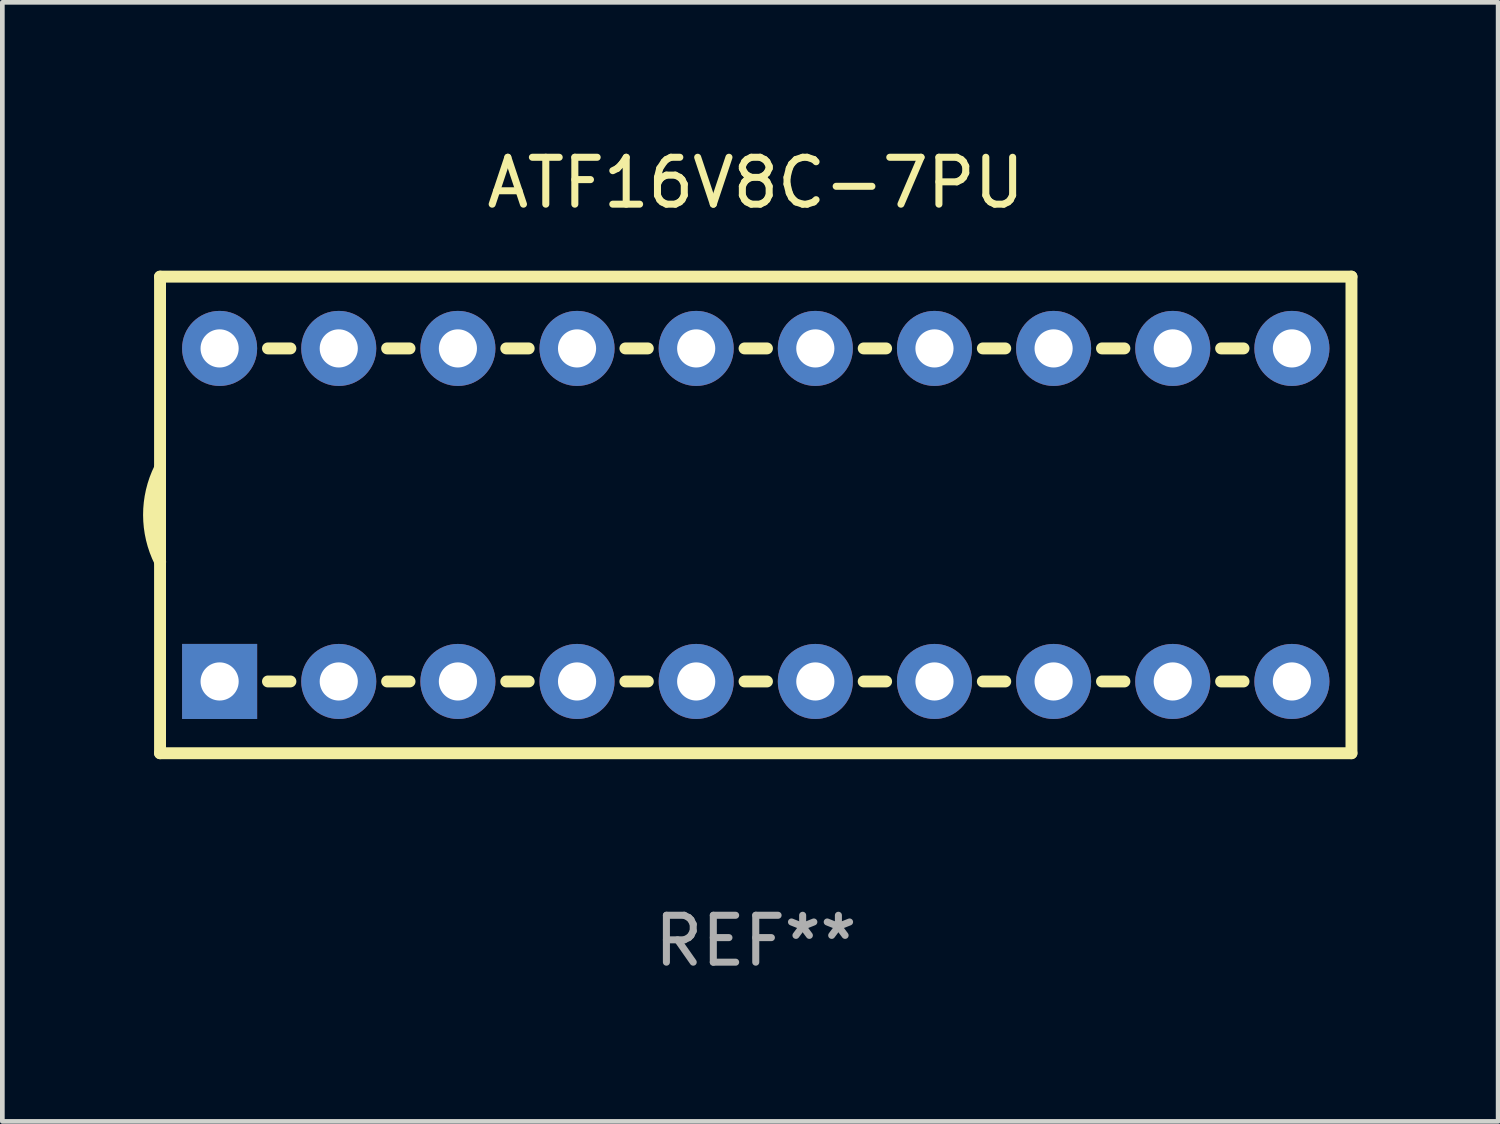
<source format=kicad_pcb>
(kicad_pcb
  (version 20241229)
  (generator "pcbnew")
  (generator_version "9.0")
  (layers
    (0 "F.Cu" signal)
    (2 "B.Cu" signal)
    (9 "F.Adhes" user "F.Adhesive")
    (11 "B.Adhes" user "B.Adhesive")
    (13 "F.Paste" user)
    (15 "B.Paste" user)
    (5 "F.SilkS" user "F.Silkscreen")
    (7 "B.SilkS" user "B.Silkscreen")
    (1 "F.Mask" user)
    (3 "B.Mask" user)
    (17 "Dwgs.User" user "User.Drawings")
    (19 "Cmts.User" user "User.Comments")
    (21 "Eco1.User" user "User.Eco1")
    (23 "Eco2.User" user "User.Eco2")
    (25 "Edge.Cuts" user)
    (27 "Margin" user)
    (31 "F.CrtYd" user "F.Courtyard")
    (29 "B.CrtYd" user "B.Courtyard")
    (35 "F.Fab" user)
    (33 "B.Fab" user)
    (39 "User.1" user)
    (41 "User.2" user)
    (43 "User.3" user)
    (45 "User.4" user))
  (footprint "ATF16V8C-7PU"
    (layer "F.Cu")
    (at 13.062 7.928)
    (property "Reference" "ATF16V8C-7PU" (at 0 -7.08 0) (layer "F.SilkS") (effects (font (size 1 1) (thickness 0.15))))
    (attr through_hole)
    (fp_line (start -12.7 -5.08) (end -12.7 5.08) (stroke (width 0.254) (type solid)) (layer "F.SilkS"))
    (fp_line (start -12.7 5.08) (end 12.7 5.08) (stroke (width 0.254) (type solid)) (layer "F.SilkS"))
    (fp_line (start -10.399 -3.55) (end -9.921 -3.55) (stroke (width 0.254) (type solid)) (layer "F.SilkS"))
    (fp_line (start -10.399 3.55) (end -9.921 3.55) (stroke (width 0.254) (type solid)) (layer "F.SilkS"))
    (fp_line (start -7.859 -3.55) (end -7.381 -3.55) (stroke (width 0.254) (type solid)) (layer "F.SilkS"))
    (fp_line (start -7.859 3.55) (end -7.381 3.55) (stroke (width 0.254) (type solid)) (layer "F.SilkS"))
    (fp_line (start -5.319 -3.55) (end -4.841 -3.55) (stroke (width 0.254) (type solid)) (layer "F.SilkS"))
    (fp_line (start -5.319 3.55) (end -4.841 3.55) (stroke (width 0.254) (type solid)) (layer "F.SilkS"))
    (fp_line (start -2.779 -3.55) (end -2.301 -3.55) (stroke (width 0.254) (type solid)) (layer "F.SilkS"))
    (fp_line (start -2.779 3.55) (end -2.301 3.55) (stroke (width 0.254) (type solid)) (layer "F.SilkS"))
    (fp_line (start -0.239 -3.55) (end 0.239 -3.55) (stroke (width 0.254) (type solid)) (layer "F.SilkS"))
    (fp_line (start -0.239 3.55) (end 0.239 3.55) (stroke (width 0.254) (type solid)) (layer "F.SilkS"))
    (fp_line (start 2.301 -3.55) (end 2.779 -3.55) (stroke (width 0.254) (type solid)) (layer "F.SilkS"))
    (fp_line (start 2.301 3.55) (end 2.779 3.55) (stroke (width 0.254) (type solid)) (layer "F.SilkS"))
    (fp_line (start 4.841 -3.55) (end 5.319 -3.55) (stroke (width 0.254) (type solid)) (layer "F.SilkS"))
    (fp_line (start 4.841 3.55) (end 5.319 3.55) (stroke (width 0.254) (type solid)) (layer "F.SilkS"))
    (fp_line (start 7.381 -3.55) (end 7.859 -3.55) (stroke (width 0.254) (type solid)) (layer "F.SilkS"))
    (fp_line (start 7.381 3.55) (end 7.859 3.55) (stroke (width 0.254) (type solid)) (layer "F.SilkS"))
    (fp_line (start 9.921 -3.55) (end 10.399 -3.55) (stroke (width 0.254) (type solid)) (layer "F.SilkS"))
    (fp_line (start 9.921 3.55) (end 10.399 3.55) (stroke (width 0.254) (type solid)) (layer "F.SilkS"))
    (fp_line (start 12.7 -5.08) (end -12.7 -5.08) (stroke (width 0.254) (type solid)) (layer "F.SilkS"))
    (fp_line (start 12.7 5.08) (end 12.7 -5.08) (stroke (width 0.254) (type solid)) (layer "F.SilkS"))
    (fp_arc (start -12.697638 0.999974) (mid -12.934513 0.000281) (end -12.700025 -0.999975) (stroke (width 0.254001) (type solid)) (layer "F.SilkS"))
    (fp_circle (center -12.7 5.08) (end -12.67 5.08) (stroke (width 0.06) (type solid)) (fill no) (layer "F.SilkS"))
    (fp_text user "REF**" (at 0 9.08 0) (layer "F.Fab") (effects (font (size 1 1) (thickness 0.15))))
    (pad "1" thru_hole rect (at -11.43 3.55) (size 1.6 1.6) (drill 0.813) (layers "*.Cu" "*.Mask"))
    (pad "2" thru_hole circle (at -8.89 3.55) (size 1.6 1.6) (drill 0.813) (layers "*.Cu" "*.Mask"))
    (pad "3" thru_hole circle (at -6.35 3.55) (size 1.6 1.6) (drill 0.813) (layers "*.Cu" "*.Mask"))
    (pad "4" thru_hole circle (at -3.81 3.55) (size 1.6 1.6) (drill 0.813) (layers "*.Cu" "*.Mask"))
    (pad "5" thru_hole circle (at -1.27 3.55) (size 1.6 1.6) (drill 0.813) (layers "*.Cu" "*.Mask"))
    (pad "6" thru_hole circle (at 1.27 3.55) (size 1.6 1.6) (drill 0.813) (layers "*.Cu" "*.Mask"))
    (pad "7" thru_hole circle (at 3.81 3.55) (size 1.6 1.6) (drill 0.813) (layers "*.Cu" "*.Mask"))
    (pad "8" thru_hole circle (at 6.35 3.55) (size 1.6 1.6) (drill 0.813) (layers "*.Cu" "*.Mask"))
    (pad "9" thru_hole circle (at 8.89 3.55) (size 1.6 1.6) (drill 0.813) (layers "*.Cu" "*.Mask"))
    (pad "10" thru_hole circle (at 11.43 3.55) (size 1.6 1.6) (drill 0.813) (layers "*.Cu" "*.Mask"))
    (pad "11" thru_hole circle (at 11.43 -3.55) (size 1.6 1.6) (drill 0.813) (layers "*.Cu" "*.Mask"))
    (pad "12" thru_hole circle (at 8.89 -3.55) (size 1.6 1.6) (drill 0.813) (layers "*.Cu" "*.Mask"))
    (pad "13" thru_hole circle (at 6.35 -3.55) (size 1.6 1.6) (drill 0.813) (layers "*.Cu" "*.Mask"))
    (pad "14" thru_hole circle (at 3.81 -3.55) (size 1.6 1.6) (drill 0.813) (layers "*.Cu" "*.Mask"))
    (pad "15" thru_hole circle (at 1.27 -3.55) (size 1.6 1.6) (drill 0.813) (layers "*.Cu" "*.Mask"))
    (pad "16" thru_hole circle (at -1.27 -3.55) (size 1.6 1.6) (drill 0.813) (layers "*.Cu" "*.Mask"))
    (pad "17" thru_hole circle (at -3.81 -3.55) (size 1.6 1.6) (drill 0.813) (layers "*.Cu" "*.Mask"))
    (pad "18" thru_hole circle (at -6.35 -3.55) (size 1.6 1.6) (drill 0.813) (layers "*.Cu" "*.Mask"))
    (pad "19" thru_hole circle (at -8.89 -3.55) (size 1.6 1.6) (drill 0.813) (layers "*.Cu" "*.Mask"))
    (pad "20" thru_hole circle (at -11.43 -3.55) (size 1.6 1.6) (drill 0.813) (layers "*.Cu" "*.Mask")))
  (gr_rect
    (start -3 -3)
    (end 28.889 20.857)
    (stroke (width 0.1) (type default))
    (fill no)
    (layer "Edge.Cuts")))
</source>
